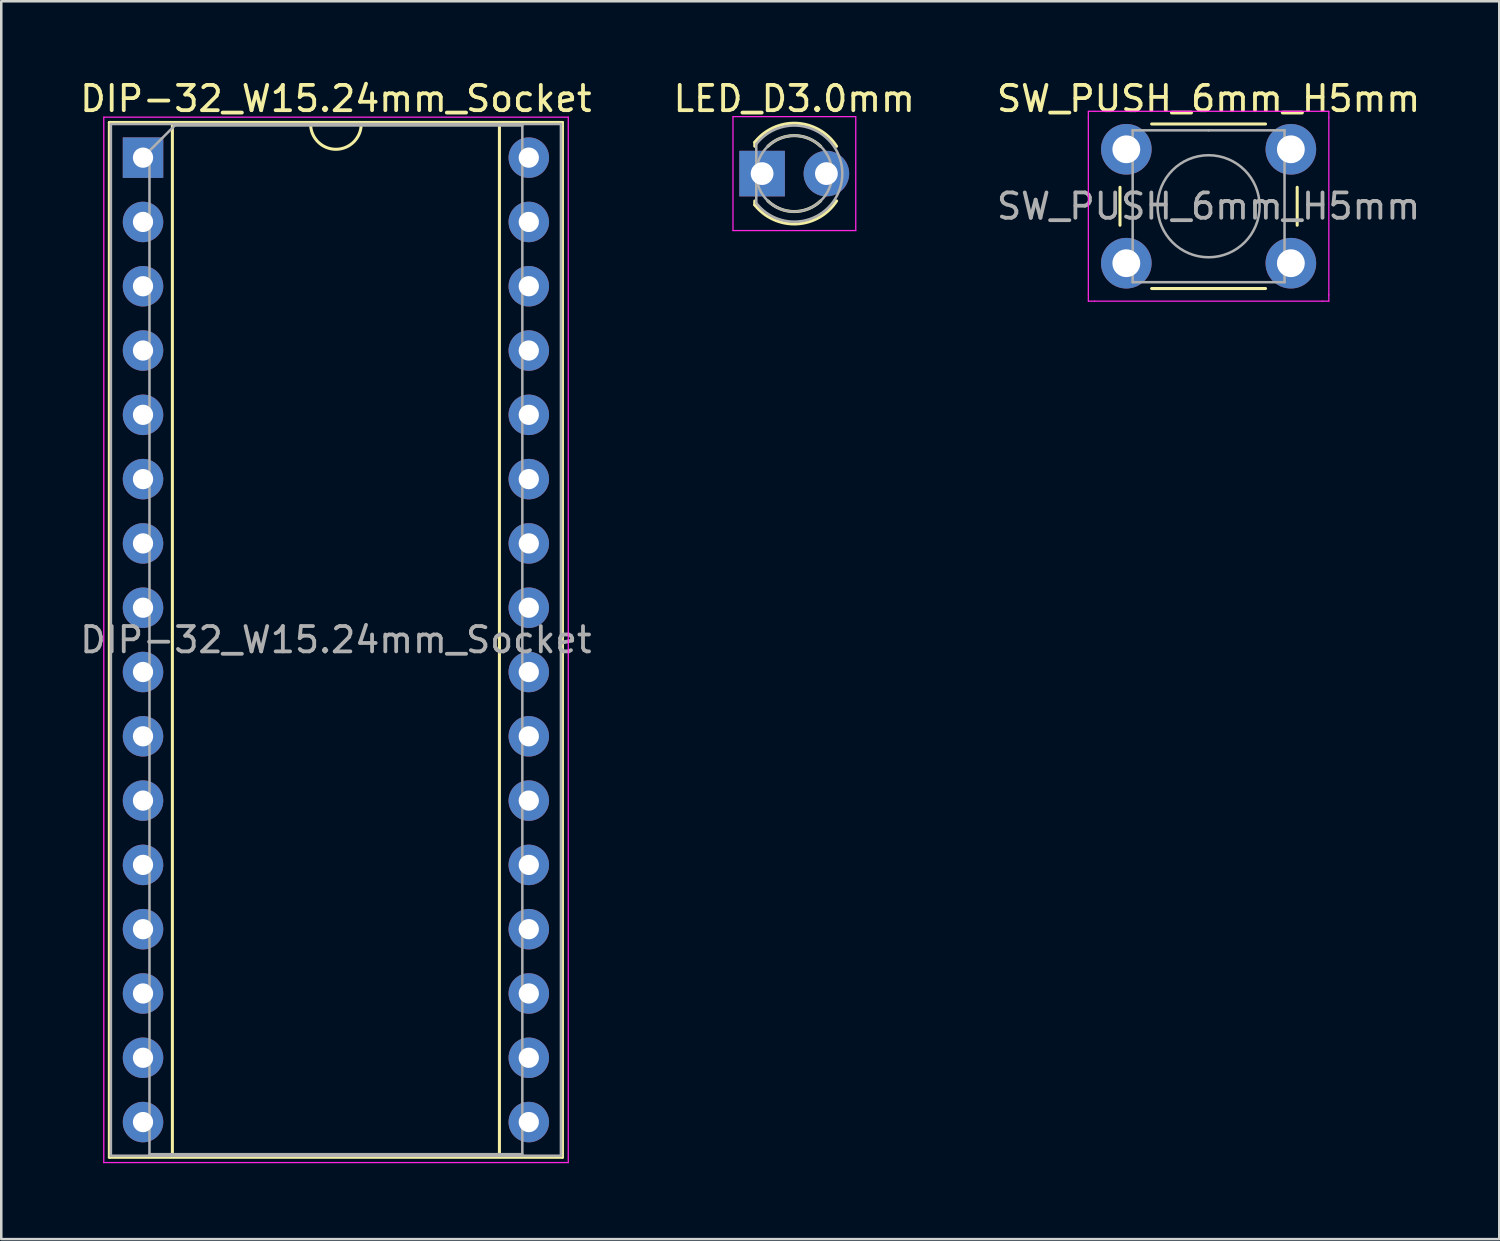
<source format=kicad_pcb>
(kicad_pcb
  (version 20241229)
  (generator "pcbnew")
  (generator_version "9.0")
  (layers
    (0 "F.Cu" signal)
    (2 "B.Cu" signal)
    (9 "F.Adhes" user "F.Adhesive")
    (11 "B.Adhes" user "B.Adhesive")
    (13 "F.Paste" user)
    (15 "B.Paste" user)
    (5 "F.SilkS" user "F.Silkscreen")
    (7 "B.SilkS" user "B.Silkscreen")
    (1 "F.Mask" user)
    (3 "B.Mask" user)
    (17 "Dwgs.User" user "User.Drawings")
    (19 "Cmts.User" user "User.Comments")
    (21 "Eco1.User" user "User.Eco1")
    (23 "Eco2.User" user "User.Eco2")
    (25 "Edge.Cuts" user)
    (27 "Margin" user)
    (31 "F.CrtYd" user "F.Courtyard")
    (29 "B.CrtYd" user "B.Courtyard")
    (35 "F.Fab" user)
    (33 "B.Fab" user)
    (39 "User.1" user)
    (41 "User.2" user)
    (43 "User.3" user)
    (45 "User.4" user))
  (footprint "LED_D3.0mm"
    (layer "F.Cu")
    (at 27.057 3.808)
    (property "Reference" "LED_D3.0mm" (at 1.27 -2.96 0) (layer "F.SilkS") (effects (font (size 1 1) (thickness 0.15))))
    (attr through_hole)
    (fp_line (start -0.29 -1.236) (end -0.29 -1.08) (stroke (width 0.12) (type solid)) (layer "F.SilkS"))
    (fp_line (start -0.29 1.08) (end -0.29 1.236) (stroke (width 0.12) (type solid)) (layer "F.SilkS"))
    (fp_arc (start -0.29 -1.235516) (mid 1.366487 -1.987659) (end 2.942335 -1.078608) (stroke (width 0.12) (type solid)) (layer "F.SilkS"))
    (fp_arc (start 0.229039 -1.08) (mid 1.270117 -1.5) (end 2.31113 -1.079837) (stroke (width 0.12) (type solid)) (layer "F.SilkS"))
    (fp_arc (start 2.31113 1.079837) (mid 1.270117 1.5) (end 0.229039 1.08) (stroke (width 0.12) (type solid)) (layer "F.SilkS"))
    (fp_arc (start 2.942335 1.078608) (mid 1.366487 1.987659) (end -0.29 1.235516) (stroke (width 0.12) (type solid)) (layer "F.SilkS"))
    (fp_line (start -1.15 -2.25) (end -1.15 2.25) (stroke (width 0.05) (type solid)) (layer "F.CrtYd"))
    (fp_line (start -1.15 2.25) (end 3.7 2.25) (stroke (width 0.05) (type solid)) (layer "F.CrtYd"))
    (fp_line (start 3.7 -2.25) (end -1.15 -2.25) (stroke (width 0.05) (type solid)) (layer "F.CrtYd"))
    (fp_line (start 3.7 2.25) (end 3.7 -2.25) (stroke (width 0.05) (type solid)) (layer "F.CrtYd"))
    (fp_line (start -0.23 -1.166) (end -0.23 1.166) (stroke (width 0.1) (type solid)) (layer "F.Fab"))
    (fp_arc (start -0.23 -1.16619) (mid 3.17 0.000452) (end -0.230555 1.165476) (stroke (width 0.1) (type solid)) (layer "F.Fab"))
    (fp_circle (center 1.27 0) (end 2.77 0) (stroke (width 0.1) (type solid)) (fill no) (layer "F.Fab"))
    (pad "1" thru_hole rect (at 0 0) (size 1.8 1.8) (drill 0.9) (layers "*.Cu" "*.Mask"))
    (pad "2" thru_hole circle (at 2.54 0) (size 1.8 1.8) (drill 0.9) (layers "*.Cu" "*.Mask")))
  (footprint "SW_PUSH_6mm_H5mm"
    (layer "F.Cu")
    (at 41.446 2.848)
    (property "Reference" "SW_PUSH_6mm_H5mm" (at 3.25 -2 0) (layer "F.SilkS") (effects (font (size 1 1) (thickness 0.15))))
    (attr through_hole)
    (fp_line (start -0.25 1.5) (end -0.25 3) (stroke (width 0.12) (type solid)) (layer "F.SilkS"))
    (fp_line (start 1 5.5) (end 5.5 5.5) (stroke (width 0.12) (type solid)) (layer "F.SilkS"))
    (fp_line (start 5.5 -1) (end 1 -1) (stroke (width 0.12) (type solid)) (layer "F.SilkS"))
    (fp_line (start 6.75 3) (end 6.75 1.5) (stroke (width 0.12) (type solid)) (layer "F.SilkS"))
    (fp_line (start -1.5 -1.5) (end -1.25 -1.5) (stroke (width 0.05) (type solid)) (layer "F.CrtYd"))
    (fp_line (start -1.5 -1.25) (end -1.5 -1.5) (stroke (width 0.05) (type solid)) (layer "F.CrtYd"))
    (fp_line (start -1.5 5.75) (end -1.5 -1.25) (stroke (width 0.05) (type solid)) (layer "F.CrtYd"))
    (fp_line (start -1.5 5.75) (end -1.5 6) (stroke (width 0.05) (type solid)) (layer "F.CrtYd"))
    (fp_line (start -1.5 6) (end -1.25 6) (stroke (width 0.05) (type solid)) (layer "F.CrtYd"))
    (fp_line (start -1.25 -1.5) (end 7.75 -1.5) (stroke (width 0.05) (type solid)) (layer "F.CrtYd"))
    (fp_line (start 7.75 -1.5) (end 8 -1.5) (stroke (width 0.05) (type solid)) (layer "F.CrtYd"))
    (fp_line (start 7.75 6) (end -1.25 6) (stroke (width 0.05) (type solid)) (layer "F.CrtYd"))
    (fp_line (start 7.75 6) (end 8 6) (stroke (width 0.05) (type solid)) (layer "F.CrtYd"))
    (fp_line (start 8 -1.5) (end 8 -1.25) (stroke (width 0.05) (type solid)) (layer "F.CrtYd"))
    (fp_line (start 8 -1.25) (end 8 5.75) (stroke (width 0.05) (type solid)) (layer "F.CrtYd"))
    (fp_line (start 8 6) (end 8 5.75) (stroke (width 0.05) (type solid)) (layer "F.CrtYd"))
    (fp_line (start 0.25 -0.75) (end 3.25 -0.75) (stroke (width 0.1) (type solid)) (layer "F.Fab"))
    (fp_line (start 0.25 5.25) (end 0.25 -0.75) (stroke (width 0.1) (type solid)) (layer "F.Fab"))
    (fp_line (start 3.25 -0.75) (end 6.25 -0.75) (stroke (width 0.1) (type solid)) (layer "F.Fab"))
    (fp_line (start 6.25 -0.75) (end 6.25 5.25) (stroke (width 0.1) (type solid)) (layer "F.Fab"))
    (fp_line (start 6.25 5.25) (end 0.25 5.25) (stroke (width 0.1) (type solid)) (layer "F.Fab"))
    (fp_circle (center 3.25 2.25) (end 1.25 2.5) (stroke (width 0.1) (type solid)) (fill no) (layer "F.Fab"))
    (fp_text user "${REFERENCE}" (at 3.25 2.25 0) (layer "F.Fab") (effects (font (size 1 1) (thickness 0.15))))
    (pad "1" thru_hole circle (at 0 0 90) (size 2 2) (drill 1.1) (layers "*.Cu" "*.Mask"))
    (pad "1" thru_hole circle (at 6.5 0 90) (size 2 2) (drill 1.1) (layers "*.Cu" "*.Mask"))
    (pad "2" thru_hole circle (at 0 4.5 90) (size 2 2) (drill 1.1) (layers "*.Cu" "*.Mask"))
    (pad "2" thru_hole circle (at 6.5 4.5 90) (size 2 2) (drill 1.1) (layers "*.Cu" "*.Mask")))
  (footprint "DIP-32_W15.24mm_Socket"
    (layer "F.Cu")
    (at 2.6 3.178)
    (property "Reference" "DIP-32_W15.24mm_Socket" (at 7.62 -2.33 180) (layer "F.SilkS") (effects (font (size 1 1) (thickness 0.15))))
    (attr through_hole)
    (fp_line (start -1.33 -1.39) (end -1.33 39.49) (stroke (width 0.12) (type solid)) (layer "F.SilkS"))
    (fp_line (start -1.33 39.49) (end 16.57 39.49) (stroke (width 0.12) (type solid)) (layer "F.SilkS"))
    (fp_line (start 1.16 -1.33) (end 1.16 39.43) (stroke (width 0.12) (type solid)) (layer "F.SilkS"))
    (fp_line (start 1.16 39.43) (end 14.08 39.43) (stroke (width 0.12) (type solid)) (layer "F.SilkS"))
    (fp_line (start 6.62 -1.33) (end 1.16 -1.33) (stroke (width 0.12) (type solid)) (layer "F.SilkS"))
    (fp_line (start 14.08 -1.33) (end 8.62 -1.33) (stroke (width 0.12) (type solid)) (layer "F.SilkS"))
    (fp_line (start 14.08 39.43) (end 14.08 -1.33) (stroke (width 0.12) (type solid)) (layer "F.SilkS"))
    (fp_line (start 16.57 -1.39) (end -1.33 -1.39) (stroke (width 0.12) (type solid)) (layer "F.SilkS"))
    (fp_line (start 16.57 39.49) (end 16.57 -1.39) (stroke (width 0.12) (type solid)) (layer "F.SilkS"))
    (fp_arc (start 8.62 -1.33) (mid 7.62 -0.33) (end 6.62 -1.33) (stroke (width 0.12) (type solid)) (layer "F.SilkS"))
    (fp_line (start -1.55 -1.6) (end -1.55 39.7) (stroke (width 0.05) (type solid)) (layer "F.CrtYd"))
    (fp_line (start -1.55 39.7) (end 16.8 39.7) (stroke (width 0.05) (type solid)) (layer "F.CrtYd"))
    (fp_line (start 16.8 -1.6) (end -1.55 -1.6) (stroke (width 0.05) (type solid)) (layer "F.CrtYd"))
    (fp_line (start 16.8 39.7) (end 16.8 -1.6) (stroke (width 0.05) (type solid)) (layer "F.CrtYd"))
    (fp_line (start -1.27 -1.33) (end -1.27 39.43) (stroke (width 0.1) (type solid)) (layer "F.Fab"))
    (fp_line (start -1.27 39.43) (end 16.51 39.43) (stroke (width 0.1) (type solid)) (layer "F.Fab"))
    (fp_line (start 0.255 -0.27) (end 1.255 -1.27) (stroke (width 0.1) (type solid)) (layer "F.Fab"))
    (fp_line (start 0.255 39.37) (end 0.255 -0.27) (stroke (width 0.1) (type solid)) (layer "F.Fab"))
    (fp_line (start 1.255 -1.27) (end 14.985 -1.27) (stroke (width 0.1) (type solid)) (layer "F.Fab"))
    (fp_line (start 14.985 -1.27) (end 14.985 39.37) (stroke (width 0.1) (type solid)) (layer "F.Fab"))
    (fp_line (start 14.985 39.37) (end 0.255 39.37) (stroke (width 0.1) (type solid)) (layer "F.Fab"))
    (fp_line (start 16.51 -1.33) (end -1.27 -1.33) (stroke (width 0.1) (type solid)) (layer "F.Fab"))
    (fp_line (start 16.51 39.43) (end 16.51 -1.33) (stroke (width 0.1) (type solid)) (layer "F.Fab"))
    (fp_text user "${REFERENCE}" (at 7.62 19.05 180) (layer "F.Fab") (effects (font (size 1 1) (thickness 0.15))))
    (pad "1" thru_hole rect (at 0 0) (size 1.6 1.6) (drill 0.8) (layers "*.Cu" "*.Mask"))
    (pad "2" thru_hole oval (at 0 2.54) (size 1.6 1.6) (drill 0.8) (layers "*.Cu" "*.Mask"))
    (pad "3" thru_hole oval (at 0 5.08) (size 1.6 1.6) (drill 0.8) (layers "*.Cu" "*.Mask"))
    (pad "4" thru_hole oval (at 0 7.62) (size 1.6 1.6) (drill 0.8) (layers "*.Cu" "*.Mask"))
    (pad "5" thru_hole oval (at 0 10.16) (size 1.6 1.6) (drill 0.8) (layers "*.Cu" "*.Mask"))
    (pad "6" thru_hole oval (at 0 12.7) (size 1.6 1.6) (drill 0.8) (layers "*.Cu" "*.Mask"))
    (pad "7" thru_hole oval (at 0 15.24) (size 1.6 1.6) (drill 0.8) (layers "*.Cu" "*.Mask"))
    (pad "8" thru_hole oval (at 0 17.78) (size 1.6 1.6) (drill 0.8) (layers "*.Cu" "*.Mask"))
    (pad "9" thru_hole oval (at 0 20.32) (size 1.6 1.6) (drill 0.8) (layers "*.Cu" "*.Mask"))
    (pad "10" thru_hole oval (at 0 22.86) (size 1.6 1.6) (drill 0.8) (layers "*.Cu" "*.Mask"))
    (pad "11" thru_hole oval (at 0 25.4) (size 1.6 1.6) (drill 0.8) (layers "*.Cu" "*.Mask"))
    (pad "12" thru_hole oval (at 0 27.94) (size 1.6 1.6) (drill 0.8) (layers "*.Cu" "*.Mask"))
    (pad "13" thru_hole oval (at 0 30.48) (size 1.6 1.6) (drill 0.8) (layers "*.Cu" "*.Mask"))
    (pad "14" thru_hole oval (at 0 33.02) (size 1.6 1.6) (drill 0.8) (layers "*.Cu" "*.Mask"))
    (pad "15" thru_hole oval (at 0 35.56) (size 1.6 1.6) (drill 0.8) (layers "*.Cu" "*.Mask"))
    (pad "16" thru_hole oval (at 0 38.1) (size 1.6 1.6) (drill 0.8) (layers "*.Cu" "*.Mask"))
    (pad "17" thru_hole oval (at 15.24 38.1) (size 1.6 1.6) (drill 0.8) (layers "*.Cu" "*.Mask"))
    (pad "18" thru_hole oval (at 15.24 35.56) (size 1.6 1.6) (drill 0.8) (layers "*.Cu" "*.Mask"))
    (pad "19" thru_hole oval (at 15.24 33.02) (size 1.6 1.6) (drill 0.8) (layers "*.Cu" "*.Mask"))
    (pad "20" thru_hole oval (at 15.24 30.48) (size 1.6 1.6) (drill 0.8) (layers "*.Cu" "*.Mask"))
    (pad "21" thru_hole oval (at 15.24 27.94) (size 1.6 1.6) (drill 0.8) (layers "*.Cu" "*.Mask"))
    (pad "22" thru_hole oval (at 15.24 25.4) (size 1.6 1.6) (drill 0.8) (layers "*.Cu" "*.Mask"))
    (pad "23" thru_hole oval (at 15.24 22.86) (size 1.6 1.6) (drill 0.8) (layers "*.Cu" "*.Mask"))
    (pad "24" thru_hole oval (at 15.24 20.32) (size 1.6 1.6) (drill 0.8) (layers "*.Cu" "*.Mask"))
    (pad "25" thru_hole oval (at 15.24 17.78) (size 1.6 1.6) (drill 0.8) (layers "*.Cu" "*.Mask"))
    (pad "26" thru_hole oval (at 15.24 15.24) (size 1.6 1.6) (drill 0.8) (layers "*.Cu" "*.Mask"))
    (pad "27" thru_hole oval (at 15.24 12.7) (size 1.6 1.6) (drill 0.8) (layers "*.Cu" "*.Mask"))
    (pad "28" thru_hole oval (at 15.24 10.16) (size 1.6 1.6) (drill 0.8) (layers "*.Cu" "*.Mask"))
    (pad "29" thru_hole oval (at 15.24 7.62) (size 1.6 1.6) (drill 0.8) (layers "*.Cu" "*.Mask"))
    (pad "30" thru_hole oval (at 15.24 5.08) (size 1.6 1.6) (drill 0.8) (layers "*.Cu" "*.Mask"))
    (pad "31" thru_hole oval (at 15.24 2.54) (size 1.6 1.6) (drill 0.8) (layers "*.Cu" "*.Mask"))
    (pad "32" thru_hole oval (at 15.24 0) (size 1.6 1.6) (drill 0.8) (layers "*.Cu" "*.Mask")))
  (gr_rect
    (start -3 -3)
    (end 56.179 45.903)
    (stroke (width 0.1) (type default))
    (fill no)
    (layer "Edge.Cuts")))
</source>
